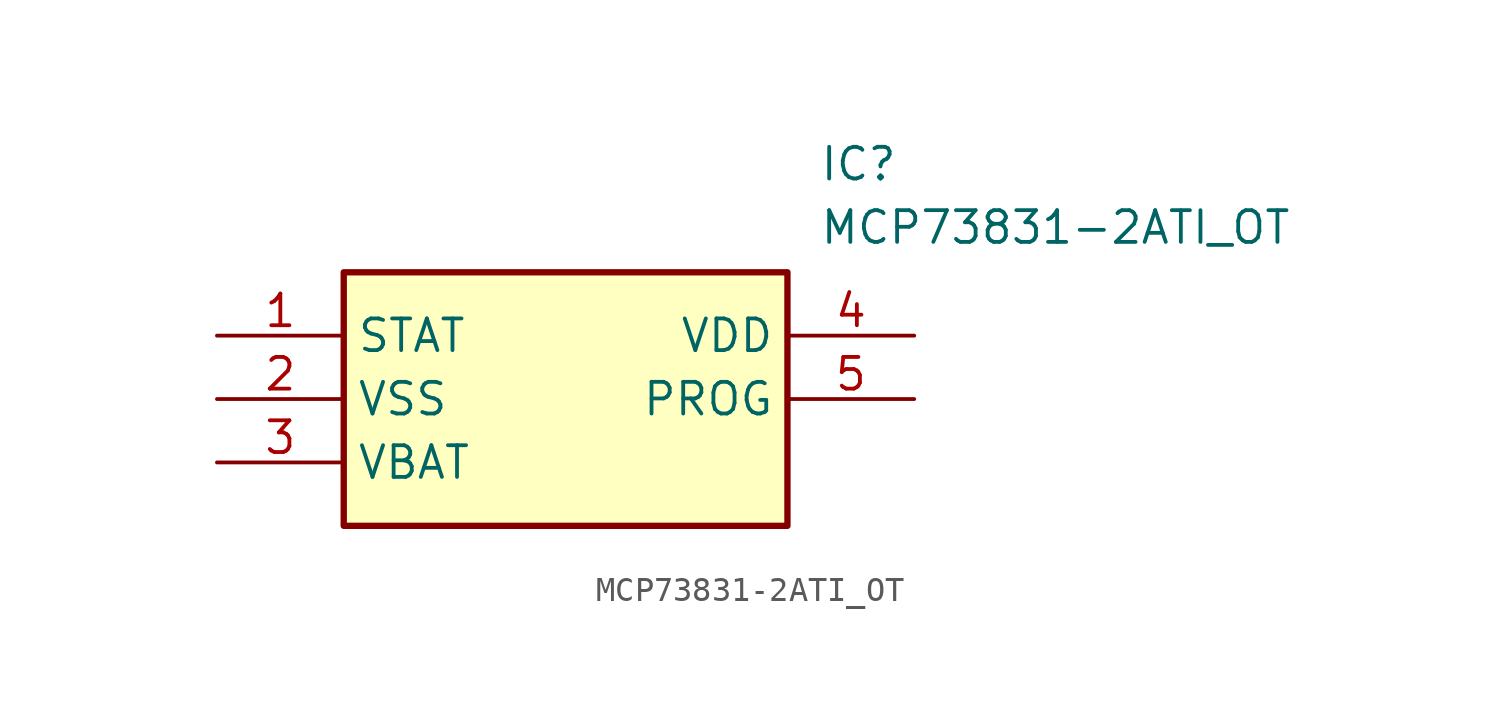
<source format=kicad_sym>
(kicad_symbol_lib
  (version 20211014)
  (generator SamacSys_ECAD_Model)
  (symbol "MCP73831-2ATI_OT"
    (property "Reference" "IC"
      (at 24.13 7.62 0)
      (effects (font (size 1.27 1.27)) (justify left top)))
    (property "Value" "MCP73831-2ATI_OT"
      (at 24.13 5.08 0)
      (effects (font (size 1.27 1.27)) (justify left top)))
    (rectangle
      (start 5.08 2.54)
      (end 22.86 -7.62)
      (stroke (width 0.254) (type default))
      (fill (type background)))
    (pin passive line
      (at 0 0 0)
      (length 5.08)
      (name "STAT" (effects (font (size 1.27 1.27))))
      (number "1" (effects (font (size 1.27 1.27)))))
    (pin passive line
      (at 0 -2.54 0)
      (length 5.08)
      (name "VSS" (effects (font (size 1.27 1.27))))
      (number "2" (effects (font (size 1.27 1.27)))))
    (pin passive line
      (at 0 -5.08 0)
      (length 5.08)
      (name "VBAT" (effects (font (size 1.27 1.27))))
      (number "3" (effects (font (size 1.27 1.27)))))
    (pin passive line
      (at 27.94 0 180)
      (length 5.08)
      (name "VDD" (effects (font (size 1.27 1.27))))
      (number "4" (effects (font (size 1.27 1.27)))))
    (pin passive line
      (at 27.94 -2.54 180)
      (length 5.08)
      (name "PROG" (effects (font (size 1.27 1.27))))
      (number "5" (effects (font (size 1.27 1.27)))))))
</source>
